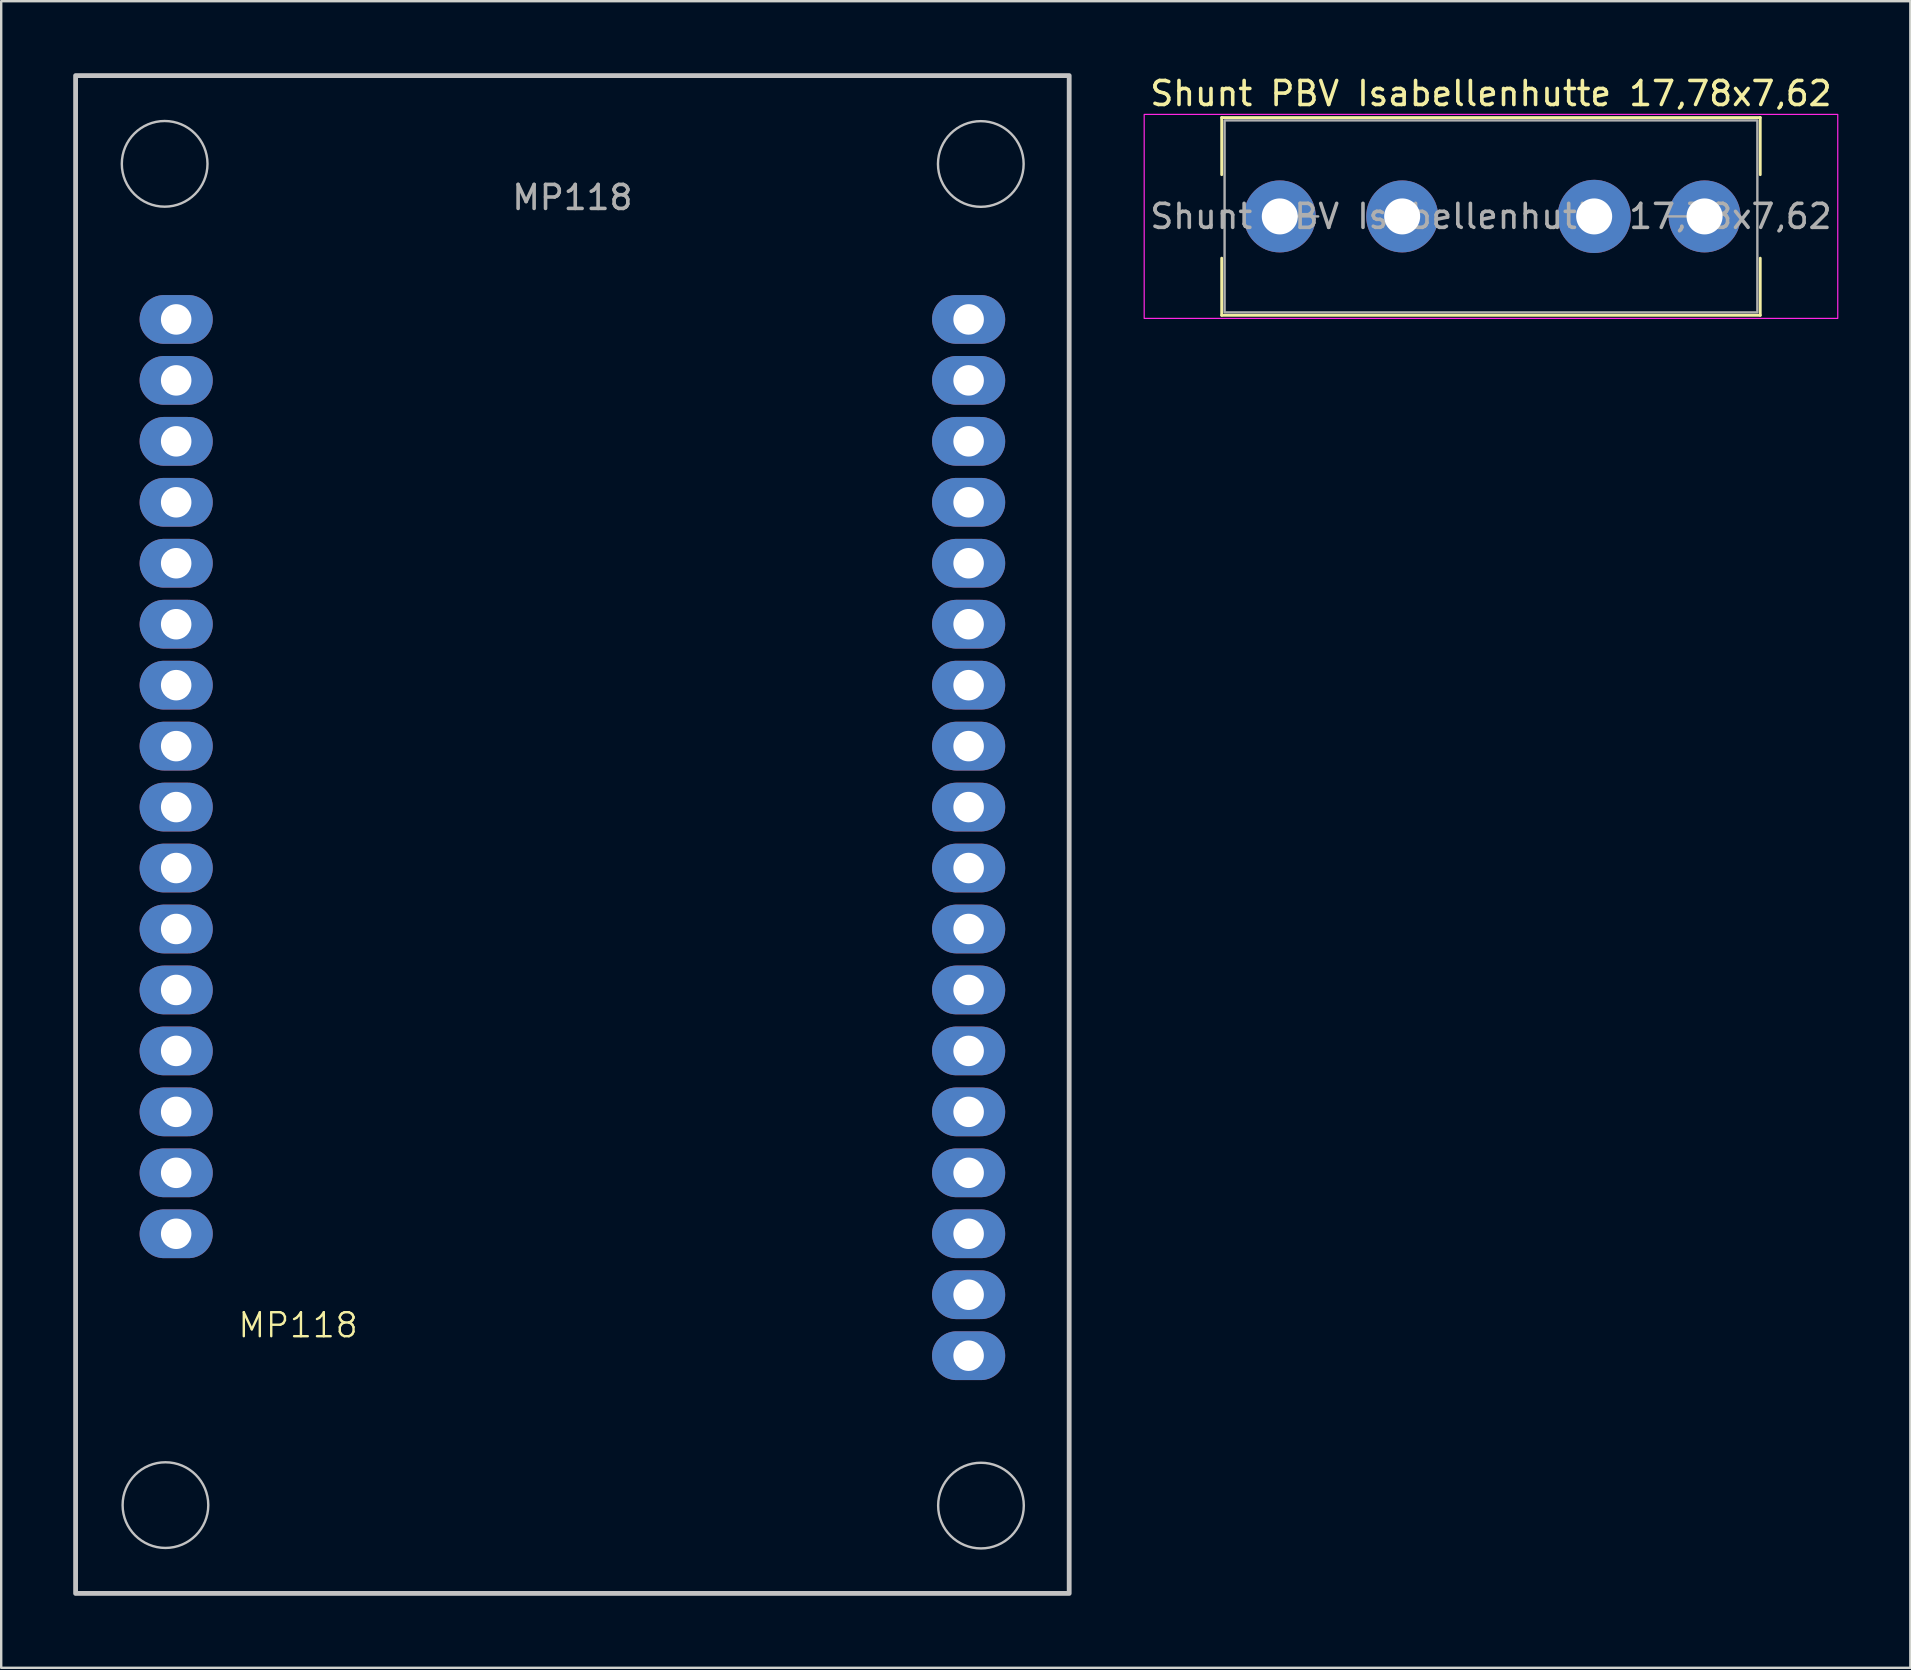
<source format=kicad_pcb>
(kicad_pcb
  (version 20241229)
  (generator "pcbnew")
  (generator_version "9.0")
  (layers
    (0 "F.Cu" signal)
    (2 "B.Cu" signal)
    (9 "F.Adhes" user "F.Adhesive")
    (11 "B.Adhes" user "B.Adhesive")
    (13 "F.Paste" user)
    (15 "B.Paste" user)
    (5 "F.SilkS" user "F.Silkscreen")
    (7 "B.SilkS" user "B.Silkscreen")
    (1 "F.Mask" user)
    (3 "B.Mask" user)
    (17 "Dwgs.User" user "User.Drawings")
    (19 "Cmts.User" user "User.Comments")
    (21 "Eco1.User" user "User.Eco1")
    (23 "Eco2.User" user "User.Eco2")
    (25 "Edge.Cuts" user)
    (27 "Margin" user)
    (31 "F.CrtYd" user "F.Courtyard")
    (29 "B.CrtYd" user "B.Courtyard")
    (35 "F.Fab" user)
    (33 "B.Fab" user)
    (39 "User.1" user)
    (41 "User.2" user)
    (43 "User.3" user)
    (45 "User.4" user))
  (footprint "Shunt PBV Isabellenhutte 17,78x7,62"
    (layer "F.Cu")
    (at 46.377 5.968)
    (property "Reference" "Shunt PBV Isabellenhutte 17,78x7,62" (at 12.7 -5.12 0) (layer "F.SilkS") (effects (font (size 1 1) (thickness 0.15))))
    (attr through_hole)
    (fp_line (start 1.48 -4.12) (end 23.92 -4.12) (stroke (width 0.12) (type solid)) (layer "F.SilkS"))
    (fp_line (start 1.48 -1.74) (end 1.48 -4.12) (stroke (width 0.12) (type solid)) (layer "F.SilkS"))
    (fp_line (start 1.48 1.74) (end 1.48 4.12) (stroke (width 0.12) (type solid)) (layer "F.SilkS"))
    (fp_line (start 1.48 4.12) (end 23.92 4.12) (stroke (width 0.12) (type solid)) (layer "F.SilkS"))
    (fp_line (start 23.92 -4.12) (end 23.92 -1.74) (stroke (width 0.12) (type solid)) (layer "F.SilkS"))
    (fp_line (start 23.92 4.12) (end 23.92 1.74) (stroke (width 0.12) (type solid)) (layer "F.SilkS"))
    (fp_rect (start -1.75 -4.25) (end 27.15 4.25) (stroke (width 0.05) (type solid)) (fill no) (layer "F.CrtYd"))
    (fp_line (start 3.9 0) (end 5.5 0) (stroke (width 0.1) (type solid)) (layer "F.Fab"))
    (fp_line (start 21.6 0) (end 20 0) (stroke (width 0.1) (type solid)) (layer "F.Fab"))
    (fp_rect (start 1.6 -4) (end 23.8 4) (stroke (width 0.1) (type solid)) (fill no) (layer "F.Fab"))
    (fp_text user "${REFERENCE}" (at 12.7 0 0) (layer "F.Fab") (effects (font (size 1 1) (thickness 0.15))))
    (pad "1" thru_hole circle (at 3.9 0) (size 3 3) (drill 1.5) (layers "*.Cu" "*.Mask"))
    (pad "2" thru_hole circle (at 9 0) (size 3 3) (drill 1.5) (layers "*.Cu" "*.Mask"))
    (pad "3" thru_hole circle (at 17 0) (size 3.051 3.051) (drill 1.5) (layers "*.Cu" "*.Mask"))
    (pad "4" thru_hole circle (at 21.6 0) (size 3 3) (drill 1.5) (layers "*.Cu" "*.Mask")))
  (footprint "MP118"
    (layer "F.Cu")
    (at 4.291 48.36)
    (property "Reference" "MP118" (at 5.08 3.81 0) (unlocked yes) (layer "F.SilkS") (effects (font (size 1 1) (thickness 0.1))))
    (attr smd)
    (fp_rect (start -4.191 -48.26) (end 37.211 14.986) (stroke (width 0.2) (type solid)) (fill no) (layer "Dwgs.User"))
    (fp_circle (center -0.48 -44.583) (end 1.164 -43.888) (stroke (width 0.1) (type solid)) (fill no) (layer "Dwgs.User"))
    (fp_circle (center -0.447 11.306) (end 1.197 12.001) (stroke (width 0.1) (type solid)) (fill no) (layer "Dwgs.User"))
    (fp_circle (center 33.528 -44.577) (end 35.172 -43.882) (stroke (width 0.1) (type solid)) (fill no) (layer "Dwgs.User"))
    (fp_circle (center 33.535 11.326) (end 35.179 12.021) (stroke (width 0.1) (type solid)) (fill no) (layer "Dwgs.User"))
    (fp_text user "${REFERENCE}" (at 16.51 -43.18 0) (unlocked yes) (layer "F.Fab") (effects (font (size 1 1) (thickness 0.15))))
    (pad "1" thru_hole oval (at 0 0) (size 3.048 2.032) (drill 1.27) (layers "*.Cu" "*.Mask"))
    (pad "2" thru_hole oval (at 0 -2.54) (size 3.048 2.032) (drill 1.27) (layers "*.Cu" "*.Mask"))
    (pad "3" thru_hole oval (at 0 -5.08) (size 3.048 2.032) (drill 1.27) (layers "*.Cu" "*.Mask"))
    (pad "4" thru_hole oval (at 0 -7.62) (size 3.048 2.032) (drill 1.27) (layers "*.Cu" "*.Mask"))
    (pad "5" thru_hole oval (at 0 -10.16) (size 3.048 2.032) (drill 1.27) (layers "*.Cu" "*.Mask"))
    (pad "6" thru_hole oval (at 0 -12.7) (size 3.048 2.032) (drill 1.27) (layers "*.Cu" "*.Mask"))
    (pad "7" thru_hole oval (at 0 -15.24) (size 3.048 2.032) (drill 1.27) (layers "*.Cu" "*.Mask"))
    (pad "8" thru_hole oval (at 0 -17.78) (size 3.048 2.032) (drill 1.27) (layers "*.Cu" "*.Mask"))
    (pad "9" thru_hole oval (at 0 -20.32) (size 3.048 2.032) (drill 1.27) (layers "*.Cu" "*.Mask"))
    (pad "10" thru_hole oval (at 0 -22.86) (size 3.048 2.032) (drill 1.27) (layers "*.Cu" "*.Mask"))
    (pad "11" thru_hole oval (at 0 -25.4) (size 3.048 2.032) (drill 1.27) (layers "*.Cu" "*.Mask"))
    (pad "12" thru_hole oval (at 0 -27.94) (size 3.048 2.032) (drill 1.27) (layers "*.Cu" "*.Mask"))
    (pad "13" thru_hole oval (at 0 -30.48) (size 3.048 2.032) (drill 1.27) (layers "*.Cu" "*.Mask"))
    (pad "14" thru_hole oval (at 0 -33.02) (size 3.048 2.032) (drill 1.27) (layers "*.Cu" "*.Mask"))
    (pad "15" thru_hole oval (at 0 -35.56) (size 3.048 2.032) (drill 1.27) (layers "*.Cu" "*.Mask"))
    (pad "16" thru_hole oval (at 0 -38.1) (size 3.048 2.032) (drill 1.27) (layers "*.Cu" "*.Mask"))
    (pad "17" thru_hole oval (at 33.02 5.08) (size 3.048 2.032) (drill 1.27) (layers "*.Cu" "*.Mask"))
    (pad "18" thru_hole oval (at 33.02 2.54) (size 3.048 2.032) (drill 1.27) (layers "*.Cu" "*.Mask"))
    (pad "19" thru_hole oval (at 33.02 0) (size 3.048 2.032) (drill 1.27) (layers "*.Cu" "*.Mask"))
    (pad "20" thru_hole oval (at 33.02 -2.54) (size 3.048 2.032) (drill 1.27) (layers "*.Cu" "*.Mask"))
    (pad "21" thru_hole oval (at 33.02 -5.08) (size 3.048 2.032) (drill 1.27) (layers "*.Cu" "*.Mask"))
    (pad "22" thru_hole oval (at 33.02 -7.62) (size 3.048 2.032) (drill 1.27) (layers "*.Cu" "*.Mask"))
    (pad "23" thru_hole oval (at 33.02 -10.16) (size 3.048 2.032) (drill 1.27) (layers "*.Cu" "*.Mask"))
    (pad "24" thru_hole oval (at 33.02 -12.7) (size 3.048 2.032) (drill 1.27) (layers "*.Cu" "*.Mask"))
    (pad "25" thru_hole oval (at 33.02 -15.24) (size 3.048 2.032) (drill 1.27) (layers "*.Cu" "*.Mask"))
    (pad "26" thru_hole oval (at 33.02 -17.78) (size 3.048 2.032) (drill 1.27) (layers "*.Cu" "*.Mask"))
    (pad "27" thru_hole oval (at 33.02 -20.32) (size 3.048 2.032) (drill 1.27) (layers "*.Cu" "*.Mask"))
    (pad "28" thru_hole oval (at 33.02 -22.86) (size 3.048 2.032) (drill 1.27) (layers "*.Cu" "*.Mask"))
    (pad "29" thru_hole oval (at 33.02 -25.4) (size 3.048 2.032) (drill 1.27) (layers "*.Cu" "*.Mask"))
    (pad "30" thru_hole oval (at 33.02 -27.94) (size 3.048 2.032) (drill 1.27) (layers "*.Cu" "*.Mask"))
    (pad "31" thru_hole oval (at 33.02 -30.48) (size 3.048 2.032) (drill 1.27) (layers "*.Cu" "*.Mask"))
    (pad "32" thru_hole oval (at 33.02 -33.02) (size 3.048 2.032) (drill 1.27) (layers "*.Cu" "*.Mask"))
    (pad "33" thru_hole oval (at 33.02 -35.56) (size 3.048 2.032) (drill 1.27) (layers "*.Cu" "*.Mask"))
    (pad "34" thru_hole oval (at 33.02 -38.1) (size 3.048 2.032) (drill 1.27) (layers "*.Cu" "*.Mask")))
  (gr_rect
    (start -3 -3)
    (end 76.552 66.446)
    (stroke (width 0.1) (type default))
    (fill no)
    (layer "Edge.Cuts")))
</source>
